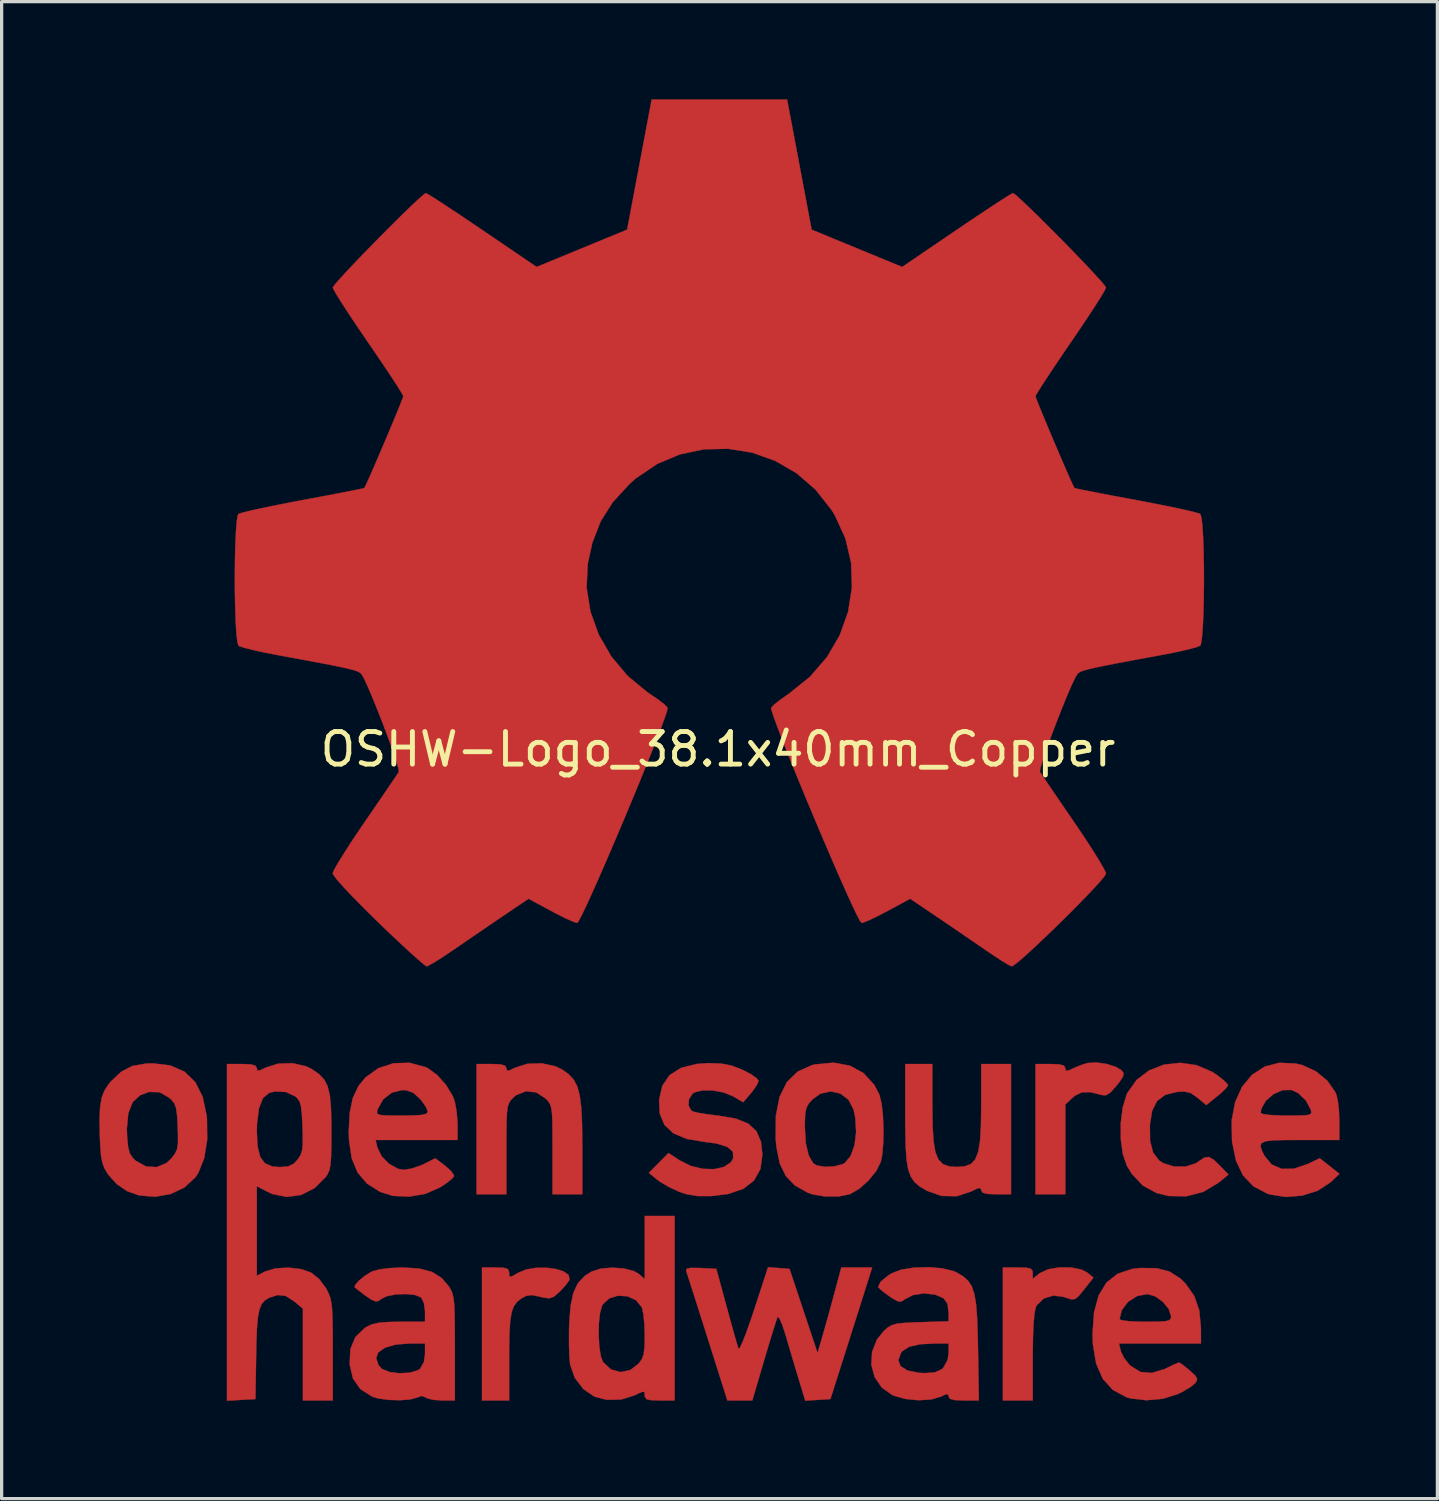
<source format=kicad_pcb>
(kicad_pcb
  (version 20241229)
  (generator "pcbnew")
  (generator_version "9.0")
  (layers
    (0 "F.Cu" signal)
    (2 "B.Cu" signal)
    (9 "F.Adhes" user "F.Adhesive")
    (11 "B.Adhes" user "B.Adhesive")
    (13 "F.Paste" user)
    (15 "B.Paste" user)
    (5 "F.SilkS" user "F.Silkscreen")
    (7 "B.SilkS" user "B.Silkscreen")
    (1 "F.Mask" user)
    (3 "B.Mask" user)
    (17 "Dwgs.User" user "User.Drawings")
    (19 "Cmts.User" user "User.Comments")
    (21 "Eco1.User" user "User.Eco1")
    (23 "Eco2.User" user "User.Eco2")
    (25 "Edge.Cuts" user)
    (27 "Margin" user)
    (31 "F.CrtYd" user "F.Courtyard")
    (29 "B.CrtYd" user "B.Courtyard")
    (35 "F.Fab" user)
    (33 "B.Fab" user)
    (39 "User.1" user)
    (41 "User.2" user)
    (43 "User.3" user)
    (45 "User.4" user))
  (footprint "OSHW-Logo_38.1x40mm_Copper"
    (layer "F.Cu")
    (at 18.99 19.95)
    (property "Reference" "OSHW-Logo_38.1x40mm_Copper" (at 0 0 0) (layer "F.SilkS") (effects (font (size 1 1) (thickness 0.15))))
    (attr board_only exclude_from_pos_files exclude_from_bom allow_missing_courtyard)
    (fp_poly (pts (xy 11.918 9.656) (xy 12.204 9.744) (xy 12.389 9.855) (xy 12.449 9.942) (xy 12.432 10.046) (xy 12.325 10.209) (xy 12.234 10.324) (xy 12.047 10.532) (xy 11.907 10.62) (xy 11.787 10.614) (xy 11.431 10.524) (xy 11.17 10.528) (xy 10.959 10.631) (xy 10.887 10.691) (xy 10.66 10.902) (xy 10.66 13.658) (xy 9.744 13.658) (xy 9.744 9.66) (xy 10.202 9.66) (xy 10.477 9.671) (xy 10.619 9.71) (xy 10.66 9.785) (xy 10.66 9.787) (xy 10.679 9.866) (xy 10.767 9.856) (xy 10.889 9.799) (xy 11.14 9.693) (xy 11.344 9.629) (xy 11.607 9.613) (xy 11.918 9.656)) (stroke (width 0.01) (type solid)) (fill yes) (layer "F.Cu"))
    (fp_poly (pts (xy 10.83 15.905) (xy 11.15 15.968) (xy 11.333 16.061) (xy 11.524 16.217) (xy 11.252 16.561) (xy 11.083 16.77) (xy 10.969 16.871) (xy 10.856 16.887) (xy 10.69 16.837) (xy 10.612 16.809) (xy 10.294 16.767) (xy 10.003 16.856) (xy 9.789 17.059) (xy 9.754 17.123) (xy 9.717 17.294) (xy 9.687 17.609) (xy 9.668 18.046) (xy 9.66 18.582) (xy 9.66 18.658) (xy 9.66 19.987) (xy 8.744 19.987) (xy 8.744 15.906) (xy 9.202 15.906) (xy 9.466 15.913) (xy 9.604 15.944) (xy 9.655 16.013) (xy 9.66 16.079) (xy 9.66 16.251) (xy 9.88 16.079) (xy 10.131 15.961) (xy 10.469 15.903) (xy 10.83 15.905)) (stroke (width 0.01) (type solid)) (fill yes) (layer "F.Cu"))
    (fp_poly (pts (xy -6.579 15.915) (xy -6.454 15.952) (xy -6.414 16.035) (xy -6.412 16.072) (xy -6.405 16.175) (xy -6.356 16.191) (xy -6.221 16.12) (xy -6.142 16.072) (xy -5.89 15.968) (xy -5.59 15.917) (xy -5.275 15.913) (xy -4.98 15.951) (xy -4.739 16.027) (xy -4.587 16.134) (xy -4.557 16.268) (xy -4.572 16.305) (xy -4.683 16.456) (xy -4.854 16.641) (xy -4.885 16.671) (xy -5.049 16.809) (xy -5.191 16.854) (xy -5.388 16.823) (xy -5.467 16.802) (xy -5.714 16.752) (xy -5.887 16.775) (xy -6.033 16.853) (xy -6.167 16.959) (xy -6.266 17.092) (xy -6.334 17.277) (xy -6.378 17.541) (xy -6.402 17.907) (xy -6.412 18.402) (xy -6.412 18.701) (xy -6.412 19.987) (xy -7.245 19.987) (xy -7.245 15.906) (xy -6.829 15.906) (xy -6.579 15.915)) (stroke (width 0.01) (type solid)) (fill yes) (layer "F.Cu"))
    (fp_poly (pts (xy 6.579 10.957) (xy 6.587 11.567) (xy 6.616 12.031) (xy 6.673 12.368) (xy 6.767 12.595) (xy 6.904 12.734) (xy 7.094 12.802) (xy 7.329 12.82) (xy 7.574 12.8) (xy 7.761 12.729) (xy 7.896 12.586) (xy 7.988 12.353) (xy 8.044 12.011) (xy 8.071 11.54) (xy 8.078 10.957) (xy 8.078 9.66) (xy 8.994 9.66) (xy 8.994 13.658) (xy 8.536 13.658) (xy 8.26 13.647) (xy 8.118 13.607) (xy 8.078 13.533) (xy 8.054 13.466) (xy 7.959 13.48) (xy 7.767 13.574) (xy 7.327 13.719) (xy 6.861 13.709) (xy 6.414 13.552) (xy 6.201 13.427) (xy 6.038 13.292) (xy 5.92 13.124) (xy 5.838 12.898) (xy 5.787 12.591) (xy 5.759 12.18) (xy 5.748 11.64) (xy 5.746 11.223) (xy 5.746 9.66) (xy 6.579 9.66) (xy 6.579 10.957)) (stroke (width 0.01) (type solid)) (fill yes) (layer "F.Cu"))
    (fp_poly (pts (xy -4.994 9.729) (xy -4.787 9.828) (xy -4.586 9.971) (xy -4.433 10.136) (xy -4.321 10.346) (xy -4.245 10.625) (xy -4.198 10.996) (xy -4.174 11.485) (xy -4.166 12.114) (xy -4.166 12.18) (xy -4.164 13.658) (xy -5.08 13.658) (xy -5.08 12.295) (xy -5.081 11.79) (xy -5.085 11.424) (xy -5.097 11.17) (xy -5.121 10.999) (xy -5.16 10.884) (xy -5.218 10.798) (xy -5.3 10.713) (xy -5.583 10.53) (xy -5.893 10.496) (xy -6.189 10.611) (xy -6.291 10.698) (xy -6.367 10.778) (xy -6.421 10.865) (xy -6.457 10.985) (xy -6.479 11.165) (xy -6.491 11.432) (xy -6.495 11.815) (xy -6.496 12.28) (xy -6.496 13.658) (xy -7.412 13.658) (xy -7.412 9.66) (xy -6.954 9.66) (xy -6.679 9.671) (xy -6.537 9.71) (xy -6.496 9.785) (xy -6.496 9.787) (xy -6.477 9.861) (xy -6.392 9.853) (xy -6.225 9.772) (xy -5.845 9.652) (xy -5.411 9.639) (xy -4.994 9.729)) (stroke (width 0.01) (type solid)) (fill yes) (layer "F.Cu"))
    (fp_poly (pts (xy 14.685 9.695) (xy 15.167 9.9) (xy 15.319 10) (xy 15.513 10.153) (xy 15.635 10.274) (xy 15.656 10.313) (xy 15.597 10.4) (xy 15.444 10.548) (xy 15.321 10.651) (xy 14.986 10.921) (xy 14.721 10.698) (xy 14.517 10.554) (xy 14.317 10.505) (xy 14.089 10.517) (xy 13.726 10.607) (xy 13.477 10.794) (xy 13.325 11.096) (xy 13.256 11.532) (xy 13.256 11.533) (xy 13.262 12.02) (xy 13.355 12.378) (xy 13.539 12.621) (xy 13.665 12.704) (xy 13.999 12.807) (xy 14.356 12.807) (xy 14.667 12.707) (xy 14.74 12.658) (xy 14.925 12.534) (xy 15.069 12.514) (xy 15.224 12.606) (xy 15.396 12.772) (xy 15.668 13.053) (xy 15.366 13.302) (xy 14.899 13.583) (xy 14.373 13.721) (xy 13.824 13.711) (xy 13.462 13.62) (xy 13.04 13.392) (xy 12.703 13.035) (xy 12.55 12.783) (xy 12.425 12.422) (xy 12.363 11.963) (xy 12.363 11.467) (xy 12.423 10.99) (xy 12.545 10.591) (xy 12.564 10.55) (xy 12.848 10.149) (xy 13.233 9.856) (xy 13.687 9.679) (xy 14.181 9.624) (xy 14.685 9.695)) (stroke (width 0.01) (type solid)) (fill yes) (layer "F.Cu"))
    (fp_poly (pts (xy 4.045 9.71) (xy 4.466 9.939) (xy 4.796 10.301) (xy 4.951 10.596) (xy 5.018 10.856) (xy 5.061 11.227) (xy 5.079 11.654) (xy 5.072 12.083) (xy 5.038 12.46) (xy 4.997 12.661) (xy 4.861 12.937) (xy 4.626 13.229) (xy 4.342 13.485) (xy 4.061 13.65) (xy 4.054 13.653) (xy 3.706 13.725) (xy 3.293 13.727) (xy 2.9 13.661) (xy 2.749 13.608) (xy 2.358 13.387) (xy 2.079 13.097) (xy 1.895 12.713) (xy 1.793 12.21) (xy 1.769 11.946) (xy 1.772 11.615) (xy 2.665 11.615) (xy 2.695 12.098) (xy 2.782 12.467) (xy 2.919 12.702) (xy 3.017 12.769) (xy 3.268 12.816) (xy 3.567 12.802) (xy 3.825 12.735) (xy 3.892 12.698) (xy 4.071 12.481) (xy 4.189 12.15) (xy 4.239 11.747) (xy 4.214 11.315) (xy 4.16 11.055) (xy 4.002 10.754) (xy 3.754 10.566) (xy 3.455 10.501) (xy 3.146 10.569) (xy 2.908 10.737) (xy 2.783 10.874) (xy 2.711 11.01) (xy 2.676 11.194) (xy 2.665 11.476) (xy 2.665 11.615) (xy 1.772 11.615) (xy 1.776 11.243) (xy 1.89 10.666) (xy 2.113 10.216) (xy 2.444 9.892) (xy 2.883 9.695) (xy 2.978 9.672) (xy 3.545 9.619) (xy 4.045 9.71)) (stroke (width 0.01) (type solid)) (fill yes) (layer "F.Cu"))
    (fp_poly (pts (xy 1.865 15.923) (xy 2.194 15.948) (xy 2.624 17.239) (xy 3.055 18.53) (xy 3.19 18.071) (xy 3.271 17.788) (xy 3.378 17.406) (xy 3.494 16.985) (xy 3.555 16.76) (xy 3.784 15.906) (xy 4.731 15.906) (xy 4.448 16.801) (xy 4.309 17.242) (xy 4.14 17.773) (xy 3.965 18.327) (xy 3.808 18.821) (xy 3.45 19.945) (xy 2.678 19.995) (xy 2.468 19.304) (xy 2.339 18.875) (xy 2.198 18.401) (xy 2.075 17.983) (xy 2.07 17.966) (xy 1.978 17.683) (xy 1.897 17.49) (xy 1.84 17.417) (xy 1.828 17.425) (xy 1.787 17.538) (xy 1.71 17.781) (xy 1.604 18.123) (xy 1.481 18.533) (xy 1.414 18.759) (xy 1.053 19.987) (xy 0.287 19.987) (xy -0.326 18.051) (xy -0.498 17.508) (xy -0.655 17.014) (xy -0.789 16.594) (xy -0.893 16.27) (xy -0.96 16.066) (xy -0.98 16.006) (xy -0.964 15.945) (xy -0.838 15.918) (xy -0.577 15.921) (xy -0.537 15.923) (xy -0.052 15.948) (xy 0.265 17.114) (xy 0.381 17.539) (xy 0.485 17.913) (xy 0.568 18.203) (xy 0.62 18.376) (xy 0.629 18.405) (xy 0.669 18.372) (xy 0.749 18.203) (xy 0.86 17.922) (xy 0.993 17.55) (xy 1.106 17.214) (xy 1.535 15.898) (xy 1.865 15.923)) (stroke (width 0.01) (type solid)) (fill yes) (layer "F.Cu"))
    (fp_poly (pts (xy -16.811 9.704) (xy -16.375 9.896) (xy -16.044 10.218) (xy -15.818 10.669) (xy -15.696 11.25) (xy -15.687 11.341) (xy -15.68 11.981) (xy -15.769 12.541) (xy -15.949 12.996) (xy -16.045 13.142) (xy -16.38 13.451) (xy -16.806 13.652) (xy -17.284 13.735) (xy -17.771 13.693) (xy -18.141 13.562) (xy -18.459 13.343) (xy -18.719 13.055) (xy -18.724 13.048) (xy -18.829 12.871) (xy -18.898 12.692) (xy -18.94 12.467) (xy -18.964 12.149) (xy -18.975 11.888) (xy -18.979 11.651) (xy -18.147 11.651) (xy -18.138 11.887) (xy -18.109 12.2) (xy -18.057 12.401) (xy -17.963 12.544) (xy -17.875 12.628) (xy -17.563 12.803) (xy -17.236 12.826) (xy -16.932 12.7) (xy -16.78 12.559) (xy -16.671 12.417) (xy -16.607 12.281) (xy -16.578 12.104) (xy -16.577 11.839) (xy -16.585 11.594) (xy -16.604 11.245) (xy -16.634 11.019) (xy -16.687 10.871) (xy -16.777 10.759) (xy -16.848 10.694) (xy -17.145 10.525) (xy -17.466 10.516) (xy -17.736 10.617) (xy -17.965 10.826) (xy -18.102 11.17) (xy -18.147 11.651) (xy -18.979 11.651) (xy -18.985 11.369) (xy -18.968 10.981) (xy -18.918 10.689) (xy -18.827 10.459) (xy -18.689 10.256) (xy -18.638 10.196) (xy -18.318 9.895) (xy -17.976 9.719) (xy -17.556 9.646) (xy -17.352 9.64) (xy -16.811 9.704)) (stroke (width 0.01) (type solid)) (fill yes) (layer "F.Cu"))
    (fp_poly (pts (xy -1.332 19.987) (xy -1.79 19.987) (xy -2.056 19.979) (xy -2.195 19.947) (xy -2.245 19.877) (xy -2.249 19.829) (xy -2.257 19.734) (xy -2.31 19.716) (xy -2.449 19.775) (xy -2.558 19.829) (xy -2.974 19.959) (xy -3.426 19.966) (xy -3.793 19.87) (xy -4.136 19.636) (xy -4.397 19.292) (xy -4.539 18.885) (xy -4.543 18.862) (xy -4.564 18.614) (xy -4.575 18.258) (xy -4.574 17.989) (xy -3.664 17.989) (xy -3.643 18.347) (xy -3.595 18.642) (xy -3.53 18.808) (xy -3.285 19.036) (xy -2.993 19.118) (xy -2.693 19.052) (xy -2.436 18.855) (xy -2.339 18.722) (xy -2.282 18.564) (xy -2.255 18.334) (xy -2.249 17.987) (xy -2.26 17.644) (xy -2.291 17.343) (xy -2.335 17.141) (xy -2.343 17.123) (xy -2.52 16.908) (xy -2.779 16.79) (xy -3.069 16.771) (xy -3.338 16.853) (xy -3.537 17.038) (xy -3.558 17.075) (xy -3.622 17.299) (xy -3.658 17.622) (xy -3.664 17.989) (xy -4.574 17.989) (xy -4.574 17.852) (xy -4.568 17.634) (xy -4.527 17.094) (xy -4.442 16.688) (xy -4.301 16.388) (xy -4.092 16.165) (xy -3.889 16.034) (xy -3.605 15.942) (xy -3.252 15.911) (xy -2.891 15.936) (xy -2.582 16.016) (xy -2.418 16.112) (xy -2.249 16.265) (xy -2.249 14.324) (xy -1.332 14.324) (xy -1.332 19.987)) (stroke (width 0.01) (type solid)) (fill yes) (layer "F.Cu"))
    (fp_poly (pts (xy 17.736 9.646) (xy 17.949 9.698) (xy 18.358 9.888) (xy 18.707 10.177) (xy 18.949 10.525) (xy 18.982 10.603) (xy 19.028 10.807) (xy 19.06 11.109) (xy 19.071 11.415) (xy 19.071 11.992) (xy 17.863 11.992) (xy 17.365 11.994) (xy 17.014 12.005) (xy 16.791 12.035) (xy 16.677 12.092) (xy 16.651 12.184) (xy 16.695 12.32) (xy 16.774 12.48) (xy 16.995 12.746) (xy 17.302 12.879) (xy 17.676 12.874) (xy 18.101 12.73) (xy 18.468 12.552) (xy 18.772 12.792) (xy 19.076 13.033) (xy 18.79 13.298) (xy 18.408 13.548) (xy 17.938 13.698) (xy 17.432 13.741) (xy 16.943 13.665) (xy 16.864 13.639) (xy 16.434 13.415) (xy 16.115 13.08) (xy 15.898 12.625) (xy 15.778 12.041) (xy 15.777 12.028) (xy 15.766 11.391) (xy 15.81 11.163) (xy 16.656 11.163) (xy 16.733 11.198) (xy 16.944 11.225) (xy 17.255 11.24) (xy 17.452 11.243) (xy 17.82 11.241) (xy 18.05 11.232) (xy 18.171 11.208) (xy 18.212 11.161) (xy 18.201 11.085) (xy 18.192 11.055) (xy 18.043 10.778) (xy 17.809 10.554) (xy 17.602 10.456) (xy 17.328 10.462) (xy 17.049 10.585) (xy 16.816 10.787) (xy 16.676 11.034) (xy 16.656 11.163) (xy 15.81 11.163) (xy 15.873 10.83) (xy 16.085 10.36) (xy 16.39 9.993) (xy 16.775 9.742) (xy 17.227 9.622) (xy 17.736 9.646)) (stroke (width 0.01) (type solid)) (fill yes) (layer "F.Cu"))
    (fp_poly (pts (xy 0.093 9.646) (xy 0.408 9.706) (xy 0.735 9.831) (xy 0.77 9.847) (xy 1.018 9.977) (xy 1.19 10.099) (xy 1.246 10.176) (xy 1.193 10.303) (xy 1.064 10.49) (xy 1.007 10.56) (xy 0.772 10.834) (xy 0.469 10.655) (xy 0.181 10.536) (xy -0.152 10.473) (xy -0.471 10.469) (xy -0.719 10.528) (xy -0.778 10.566) (xy -0.891 10.737) (xy -0.905 10.934) (xy -0.82 11.088) (xy -0.77 11.118) (xy -0.62 11.155) (xy -0.357 11.199) (xy -0.032 11.24) (xy 0.028 11.247) (xy 0.55 11.337) (xy 0.928 11.49) (xy 1.179 11.721) (xy 1.318 12.043) (xy 1.362 12.436) (xy 1.302 12.883) (xy 1.107 13.234) (xy 0.777 13.49) (xy 0.31 13.65) (xy -0.208 13.714) (xy -0.631 13.713) (xy -0.973 13.655) (xy -1.208 13.576) (xy -1.503 13.437) (xy -1.777 13.276) (xy -1.874 13.205) (xy -2.124 13.001) (xy -1.822 12.697) (xy -1.521 12.392) (xy -1.178 12.618) (xy -0.835 12.789) (xy -0.468 12.878) (xy -0.115 12.887) (xy 0.186 12.818) (xy 0.397 12.673) (xy 0.466 12.55) (xy 0.456 12.354) (xy 0.286 12.204) (xy -0.043 12.1) (xy -0.404 12.052) (xy -0.959 11.96) (xy -1.371 11.787) (xy -1.646 11.529) (xy -1.789 11.178) (xy -1.809 10.763) (xy -1.711 10.329) (xy -1.487 10.002) (xy -1.136 9.778) (xy -0.655 9.658) (xy -0.299 9.634) (xy 0.093 9.646)) (stroke (width 0.01) (type solid)) (fill yes) (layer "F.Cu"))
    (fp_poly (pts (xy 13.462 15.928) (xy 13.86 16.031) (xy 14.193 16.245) (xy 14.355 16.405) (xy 14.619 16.782) (xy 14.771 17.219) (xy 14.823 17.757) (xy 14.823 17.801) (xy 14.824 18.238) (xy 12.307 18.238) (xy 12.361 18.467) (xy 12.458 18.674) (xy 12.627 18.891) (xy 12.663 18.925) (xy 12.967 19.112) (xy 13.315 19.143) (xy 13.715 19.021) (xy 13.783 18.988) (xy 13.991 18.887) (xy 14.13 18.83) (xy 14.154 18.824) (xy 14.239 18.876) (xy 14.401 19.002) (xy 14.483 19.071) (xy 14.653 19.229) (xy 14.709 19.333) (xy 14.67 19.429) (xy 14.649 19.455) (xy 14.509 19.57) (xy 14.277 19.71) (xy 14.116 19.791) (xy 13.657 19.935) (xy 13.149 19.981) (xy 12.668 19.926) (xy 12.533 19.887) (xy 12.117 19.663) (xy 11.807 19.319) (xy 11.605 18.852) (xy 11.506 18.257) (xy 11.495 17.947) (xy 11.527 17.494) (xy 12.325 17.494) (xy 12.402 17.527) (xy 12.61 17.554) (xy 12.912 17.569) (xy 13.116 17.572) (xy 13.484 17.569) (xy 13.716 17.557) (xy 13.844 17.529) (xy 13.897 17.479) (xy 13.908 17.407) (xy 13.836 17.182) (xy 13.656 16.961) (xy 13.42 16.791) (xy 13.183 16.721) (xy 12.862 16.783) (xy 12.584 16.961) (xy 12.391 17.219) (xy 12.325 17.494) (xy 11.527 17.494) (xy 11.541 17.287) (xy 11.683 16.762) (xy 11.924 16.367) (xy 12.268 16.097) (xy 12.716 15.949) (xy 12.959 15.921) (xy 13.462 15.928)) (stroke (width 0.01) (type solid)) (fill yes) (layer "F.Cu"))
    (fp_poly (pts (xy -8.985 9.753) (xy -8.902 9.792) (xy -8.615 10.003) (xy -8.344 10.31) (xy -8.141 10.648) (xy -8.083 10.803) (xy -8.03 11.081) (xy -7.999 11.416) (xy -7.995 11.555) (xy -7.995 11.992) (xy -10.511 11.992) (xy -10.458 12.221) (xy -10.326 12.492) (xy -10.096 12.726) (xy -9.822 12.877) (xy -9.647 12.908) (xy -9.411 12.87) (xy -9.128 12.775) (xy -9.032 12.731) (xy -8.678 12.554) (xy -8.375 12.785) (xy -8.2 12.941) (xy -8.107 13.07) (xy -8.103 13.108) (xy -8.186 13.199) (xy -8.368 13.339) (xy -8.533 13.447) (xy -8.978 13.643) (xy -9.478 13.731) (xy -9.973 13.708) (xy -10.368 13.588) (xy -10.775 13.331) (xy -11.064 12.992) (xy -11.245 12.553) (xy -11.327 11.997) (xy -11.335 11.742) (xy -11.306 11.159) (xy -11.302 11.142) (xy -10.468 11.142) (xy -10.445 11.196) (xy -10.351 11.227) (xy -10.156 11.24) (xy -9.832 11.243) (xy -9.708 11.243) (xy -9.328 11.238) (xy -9.088 11.222) (xy -8.958 11.189) (xy -8.912 11.136) (xy -8.911 11.119) (xy -8.963 10.984) (xy -9.094 10.794) (xy -9.15 10.728) (xy -9.359 10.54) (xy -9.576 10.466) (xy -9.694 10.46) (xy -10.011 10.537) (xy -10.277 10.744) (xy -10.446 11.045) (xy -10.449 11.055) (xy -10.468 11.142) (xy -11.302 11.142) (xy -11.209 10.699) (xy -11.034 10.332) (xy -10.821 10.071) (xy -10.426 9.788) (xy -9.962 9.637) (xy -9.469 9.623) (xy -8.985 9.753)) (stroke (width 0.01) (type solid)) (fill yes) (layer "F.Cu"))
    (fp_poly (pts (xy 6.877 15.931) (xy 7.228 16.016) (xy 7.33 16.061) (xy 7.527 16.18) (xy 7.677 16.313) (xy 7.789 16.484) (xy 7.868 16.717) (xy 7.921 17.034) (xy 7.953 17.458) (xy 7.973 18.013) (xy 7.98 18.384) (xy 8.007 19.987) (xy 7.543 19.987) (xy 7.261 19.975) (xy 7.116 19.935) (xy 7.079 19.867) (xy 7.059 19.794) (xy 6.97 19.808) (xy 6.85 19.866) (xy 6.548 19.956) (xy 6.159 19.981) (xy 5.751 19.941) (xy 5.389 19.839) (xy 5.356 19.825) (xy 5.025 19.592) (xy 4.807 19.269) (xy 4.706 18.891) (xy 4.714 18.755) (xy 5.534 18.755) (xy 5.606 18.938) (xy 5.82 19.069) (xy 6.165 19.139) (xy 6.35 19.148) (xy 6.658 19.125) (xy 6.862 19.032) (xy 6.912 18.988) (xy 7.047 18.747) (xy 7.079 18.53) (xy 7.079 18.238) (xy 6.673 18.238) (xy 6.201 18.262) (xy 5.87 18.338) (xy 5.661 18.47) (xy 5.614 18.529) (xy 5.534 18.755) (xy 4.714 18.755) (xy 4.729 18.494) (xy 4.879 18.115) (xy 5.084 17.859) (xy 5.208 17.749) (xy 5.33 17.676) (xy 5.488 17.631) (xy 5.722 17.606) (xy 6.071 17.59) (xy 6.21 17.585) (xy 7.079 17.557) (xy 7.077 17.294) (xy 7.044 17.017) (xy 6.922 16.85) (xy 6.676 16.743) (xy 6.67 16.741) (xy 6.321 16.699) (xy 5.98 16.754) (xy 5.726 16.887) (xy 5.625 16.953) (xy 5.515 16.944) (xy 5.347 16.849) (xy 5.248 16.781) (xy 5.054 16.637) (xy 4.934 16.53) (xy 4.915 16.499) (xy 4.994 16.339) (xy 5.228 16.148) (xy 5.33 16.084) (xy 5.622 15.973) (xy 6.016 15.91) (xy 6.454 15.896) (xy 6.877 15.931)) (stroke (width 0.01) (type solid)) (fill yes) (layer "F.Cu"))
    (fp_poly (pts (xy -9.168 15.938) (xy -8.776 16.043) (xy -8.478 16.233) (xy -8.267 16.481) (xy -8.202 16.587) (xy -8.153 16.698) (xy -8.12 16.839) (xy -8.098 17.038) (xy -8.085 17.32) (xy -8.08 17.711) (xy -8.078 18.236) (xy -8.078 18.375) (xy -8.078 19.987) (xy -8.478 19.987) (xy -8.733 19.969) (xy -8.921 19.924) (xy -8.969 19.896) (xy -9.098 19.848) (xy -9.23 19.896) (xy -9.447 19.956) (xy -9.762 19.98) (xy -10.112 19.97) (xy -10.431 19.926) (xy -10.618 19.869) (xy -10.979 19.637) (xy -11.205 19.316) (xy -11.306 18.888) (xy -11.307 18.877) (xy -11.298 18.687) (xy -10.493 18.687) (xy -10.423 18.903) (xy -10.308 19.024) (xy -10.078 19.116) (xy -9.774 19.153) (xy -9.464 19.135) (xy -9.216 19.063) (xy -9.146 19.016) (xy -9.025 18.802) (xy -8.994 18.558) (xy -8.994 18.238) (xy -9.455 18.238) (xy -9.892 18.272) (xy -10.224 18.367) (xy -10.431 18.516) (xy -10.493 18.687) (xy -11.298 18.687) (xy -11.285 18.409) (xy -11.131 18.04) (xy -10.841 17.76) (xy -10.801 17.735) (xy -10.629 17.652) (xy -10.416 17.602) (xy -10.118 17.578) (xy -9.764 17.572) (xy -8.994 17.572) (xy -8.994 17.249) (xy -9.027 16.998) (xy -9.11 16.83) (xy -9.12 16.822) (xy -9.305 16.748) (xy -9.586 16.72) (xy -9.895 16.734) (xy -10.169 16.788) (xy -10.332 16.868) (xy -10.42 16.933) (xy -10.513 16.946) (xy -10.641 16.892) (xy -10.835 16.761) (xy -11.125 16.538) (xy -11.152 16.517) (xy -11.138 16.44) (xy -11.024 16.311) (xy -10.851 16.168) (xy -10.66 16.048) (xy -10.6 16.02) (xy -10.381 15.963) (xy -10.059 15.923) (xy -9.701 15.906) (xy -9.684 15.906) (xy -9.168 15.938)) (stroke (width 0.01) (type solid)) (fill yes) (layer "F.Cu"))
    (fp_poly (pts (xy -12.642 9.73) (xy -12.466 9.817) (xy -12.25 9.968) (xy -12.092 10.133) (xy -11.984 10.34) (xy -11.916 10.618) (xy -11.881 10.994) (xy -11.868 11.499) (xy -11.867 11.715) (xy -11.869 12.191) (xy -11.878 12.53) (xy -11.898 12.765) (xy -11.932 12.926) (xy -11.985 13.045) (xy -12.039 13.126) (xy -12.386 13.47) (xy -12.795 13.678) (xy -13.236 13.74) (xy -13.68 13.65) (xy -13.821 13.586) (xy -14.157 13.411) (xy -14.157 16.16) (xy -13.912 16.033) (xy -13.588 15.935) (xy -13.19 15.91) (xy -12.793 15.956) (xy -12.493 16.061) (xy -12.244 16.26) (xy -12.031 16.544) (xy -12.015 16.574) (xy -11.948 16.711) (xy -11.898 16.85) (xy -11.864 17.018) (xy -11.843 17.244) (xy -11.831 17.555) (xy -11.826 17.981) (xy -11.826 18.459) (xy -11.826 19.987) (xy -12.742 19.987) (xy -12.742 17.17) (xy -12.998 16.955) (xy -13.264 16.782) (xy -13.516 16.751) (xy -13.77 16.831) (xy -13.905 16.911) (xy -14.005 17.023) (xy -14.077 17.193) (xy -14.125 17.445) (xy -14.155 17.802) (xy -14.172 18.289) (xy -14.178 18.613) (xy -14.199 19.945) (xy -14.636 19.97) (xy -15.073 19.996) (xy -15.073 11.727) (xy -14.157 11.727) (xy -14.134 12.188) (xy -14.055 12.508) (xy -13.908 12.707) (xy -13.68 12.805) (xy -13.45 12.825) (xy -13.188 12.802) (xy -13.015 12.714) (xy -12.907 12.596) (xy -12.822 12.47) (xy -12.771 12.329) (xy -12.748 12.132) (xy -12.748 11.837) (xy -12.755 11.589) (xy -12.773 11.217) (xy -12.799 10.972) (xy -12.842 10.817) (xy -12.913 10.712) (xy -12.98 10.652) (xy -13.259 10.521) (xy -13.589 10.5) (xy -13.779 10.545) (xy -13.967 10.706) (xy -14.091 11.019) (xy -14.151 11.482) (xy -14.157 11.727) (xy -15.073 11.727) (xy -15.073 9.66) (xy -14.615 9.66) (xy -14.34 9.671) (xy -14.199 9.71) (xy -14.157 9.785) (xy -14.157 9.787) (xy -14.138 9.861) (xy -14.054 9.853) (xy -13.887 9.772) (xy -13.497 9.648) (xy -13.058 9.635) (xy -12.642 9.73)) (stroke (width 0.01) (type solid)) (fill yes) (layer "F.Cu"))
    (fp_poly (pts (xy 2.497 -17.948) (xy 2.873 -15.951) (xy 5.652 -14.806) (xy 7.318 -15.939) (xy 7.785 -16.254) (xy 8.207 -16.536) (xy 8.564 -16.771) (xy 8.837 -16.947) (xy 9.007 -17.05) (xy 9.053 -17.072) (xy 9.136 -17.015) (xy 9.313 -16.857) (xy 9.565 -16.618) (xy 9.872 -16.319) (xy 10.213 -15.979) (xy 10.57 -15.619) (xy 10.921 -15.259) (xy 11.247 -14.92) (xy 11.528 -14.62) (xy 11.745 -14.382) (xy 11.877 -14.225) (xy 11.909 -14.172) (xy 11.863 -14.075) (xy 11.736 -13.862) (xy 11.54 -13.554) (xy 11.289 -13.172) (xy 10.996 -12.737) (xy 10.826 -12.489) (xy 10.517 -12.035) (xy 10.242 -11.626) (xy 10.015 -11.282) (xy 9.849 -11.023) (xy 9.757 -10.868) (xy 9.744 -10.836) (xy 9.775 -10.744) (xy 9.86 -10.53) (xy 9.986 -10.223) (xy 10.14 -9.854) (xy 10.309 -9.453) (xy 10.481 -9.05) (xy 10.643 -8.675) (xy 10.781 -8.359) (xy 10.884 -8.132) (xy 10.938 -8.023) (xy 10.941 -8.019) (xy 11.025 -7.998) (xy 11.25 -7.952) (xy 11.592 -7.885) (xy 12.028 -7.801) (xy 12.535 -7.706) (xy 12.831 -7.651) (xy 13.372 -7.548) (xy 13.861 -7.45) (xy 14.273 -7.362) (xy 14.583 -7.29) (xy 14.766 -7.239) (xy 14.803 -7.223) (xy 14.839 -7.114) (xy 14.868 -6.867) (xy 14.89 -6.511) (xy 14.905 -6.076) (xy 14.914 -5.59) (xy 14.915 -5.081) (xy 14.91 -4.58) (xy 14.897 -4.114) (xy 14.878 -3.712) (xy 14.852 -3.404) (xy 14.82 -3.218) (xy 14.8 -3.18) (xy 14.683 -3.133) (xy 14.434 -3.067) (xy 14.087 -2.988) (xy 13.674 -2.906) (xy 13.53 -2.879) (xy 12.835 -2.752) (xy 12.287 -2.649) (xy 11.866 -2.567) (xy 11.555 -2.502) (xy 11.335 -2.45) (xy 11.189 -2.406) (xy 11.098 -2.366) (xy 11.044 -2.327) (xy 11.036 -2.319) (xy 10.961 -2.193) (xy 10.846 -1.949) (xy 10.703 -1.617) (xy 10.543 -1.225) (xy 10.379 -0.804) (xy 10.22 -0.385) (xy 10.08 0.004) (xy 9.968 0.333) (xy 9.897 0.57) (xy 9.879 0.688) (xy 9.881 0.692) (xy 9.943 0.788) (xy 10.086 0.999) (xy 10.292 1.303) (xy 10.549 1.679) (xy 10.84 2.104) (xy 10.923 2.224) (xy 11.219 2.662) (xy 11.479 3.061) (xy 11.69 3.399) (xy 11.837 3.653) (xy 11.906 3.8) (xy 11.909 3.818) (xy 11.851 3.912) (xy 11.692 4.1) (xy 11.451 4.361) (xy 11.149 4.674) (xy 10.808 5.019) (xy 10.446 5.377) (xy 10.085 5.727) (xy 9.746 6.048) (xy 9.448 6.322) (xy 9.213 6.527) (xy 9.06 6.643) (xy 9.018 6.662) (xy 8.919 6.618) (xy 8.718 6.497) (xy 8.446 6.32) (xy 8.237 6.178) (xy 7.858 5.918) (xy 7.41 5.611) (xy 6.96 5.304) (xy 6.718 5.14) (xy 5.899 4.587) (xy 5.212 4.958) (xy 4.899 5.121) (xy 4.633 5.248) (xy 4.453 5.32) (xy 4.407 5.33) (xy 4.352 5.256) (xy 4.243 5.046) (xy 4.089 4.721) (xy 3.897 4.298) (xy 3.676 3.799) (xy 3.434 3.241) (xy 3.179 2.645) (xy 2.919 2.029) (xy 2.662 1.413) (xy 2.416 0.816) (xy 2.19 0.258) (xy 1.992 -0.242) (xy 1.829 -0.665) (xy 1.71 -0.992) (xy 1.642 -1.203) (xy 1.632 -1.275) (xy 1.717 -1.367) (xy 1.905 -1.517) (xy 2.155 -1.693) (xy 2.176 -1.707) (xy 2.822 -2.225) (xy 3.343 -2.828) (xy 3.735 -3.499) (xy 3.992 -4.217) (xy 4.11 -4.963) (xy 4.086 -5.719) (xy 3.913 -6.464) (xy 3.588 -7.179) (xy 3.493 -7.336) (xy 2.996 -7.968) (xy 2.409 -8.476) (xy 1.752 -8.856) (xy 1.046 -9.107) (xy 0.31 -9.225) (xy -0.434 -9.208) (xy -1.167 -9.054) (xy -1.868 -8.759) (xy -2.517 -8.321) (xy -2.718 -8.143) (xy -3.229 -7.587) (xy -3.601 -7.001) (xy -3.857 -6.344) (xy -3.999 -5.694) (xy -4.034 -4.963) (xy -3.917 -4.228) (xy -3.66 -3.514) (xy -3.274 -2.847) (xy -2.772 -2.25) (xy -2.164 -1.749) (xy -2.085 -1.696) (xy -1.832 -1.523) (xy -1.64 -1.374) (xy -1.548 -1.278) (xy -1.547 -1.275) (xy -1.566 -1.171) (xy -1.645 -0.937) (xy -1.773 -0.59) (xy -1.944 -0.15) (xy -2.149 0.363) (xy -2.379 0.93) (xy -2.628 1.532) (xy -2.886 2.15) (xy -3.146 2.763) (xy -3.399 3.353) (xy -3.638 3.901) (xy -3.854 4.387) (xy -4.039 4.792) (xy -4.185 5.097) (xy -4.284 5.281) (xy -4.324 5.33) (xy -4.445 5.292) (xy -4.673 5.191) (xy -4.967 5.044) (xy -5.129 4.958) (xy -5.816 4.587) (xy -6.635 5.14) (xy -7.053 5.424) (xy -7.51 5.736) (xy -7.939 6.03) (xy -8.154 6.178) (xy -8.456 6.381) (xy -8.712 6.542) (xy -8.888 6.64) (xy -8.945 6.661) (xy -9.028 6.605) (xy -9.212 6.448) (xy -9.48 6.208) (xy -9.813 5.899) (xy -10.193 5.539) (xy -10.433 5.308) (xy -10.854 4.894) (xy -11.217 4.525) (xy -11.509 4.215) (xy -11.714 3.98) (xy -11.818 3.836) (xy -11.828 3.807) (xy -11.782 3.696) (xy -11.654 3.471) (xy -11.458 3.156) (xy -11.21 2.772) (xy -10.922 2.344) (xy -10.84 2.224) (xy -10.542 1.79) (xy -10.274 1.399) (xy -10.053 1.073) (xy -9.891 0.835) (xy -9.806 0.705) (xy -9.797 0.692) (xy -9.81 0.589) (xy -9.875 0.362) (xy -9.983 0.042) (xy -10.121 -0.342) (xy -10.278 -0.76) (xy -10.443 -1.182) (xy -10.604 -1.578) (xy -10.749 -1.918) (xy -10.867 -2.173) (xy -10.947 -2.312) (xy -10.953 -2.319) (xy -11.002 -2.359) (xy -11.084 -2.398) (xy -11.219 -2.441) (xy -11.423 -2.491) (xy -11.716 -2.554) (xy -12.114 -2.632) (xy -12.637 -2.73) (xy -13.303 -2.853) (xy -13.447 -2.879) (xy -13.874 -2.961) (xy -14.246 -3.042) (xy -14.531 -3.113) (xy -14.695 -3.167) (xy -14.717 -3.18) (xy -14.753 -3.291) (xy -14.782 -3.539) (xy -14.805 -3.896) (xy -14.821 -4.332) (xy -14.83 -4.819) (xy -14.832 -5.327) (xy -14.827 -5.828) (xy -14.816 -6.294) (xy -14.797 -6.694) (xy -14.772 -7.001) (xy -14.739 -7.185) (xy -14.72 -7.223) (xy -14.61 -7.261) (xy -14.362 -7.323) (xy -13.999 -7.403) (xy -13.547 -7.496) (xy -13.029 -7.598) (xy -12.747 -7.651) (xy -12.212 -7.751) (xy -11.735 -7.841) (xy -11.339 -7.918) (xy -11.048 -7.976) (xy -10.884 -8.011) (xy -10.858 -8.019) (xy -10.812 -8.107) (xy -10.716 -8.318) (xy -10.582 -8.623) (xy -10.423 -8.991) (xy -10.252 -9.392) (xy -10.081 -9.795) (xy -9.924 -10.172) (xy -9.793 -10.491) (xy -9.701 -10.722) (xy -9.661 -10.835) (xy -9.66 -10.84) (xy -9.706 -10.929) (xy -9.833 -11.135) (xy -10.029 -11.436) (xy -10.28 -11.812) (xy -10.573 -12.244) (xy -10.743 -12.492) (xy -11.053 -12.946) (xy -11.329 -13.359) (xy -11.556 -13.709) (xy -11.722 -13.975) (xy -11.812 -14.137) (xy -11.826 -14.173) (xy -11.769 -14.257) (xy -11.613 -14.438) (xy -11.378 -14.693) (xy -11.083 -15.005) (xy -10.748 -15.351) (xy -10.394 -15.713) (xy -10.039 -16.069) (xy -9.705 -16.401) (xy -9.41 -16.686) (xy -9.175 -16.906) (xy -9.02 -17.04) (xy -8.968 -17.072) (xy -8.883 -17.027) (xy -8.681 -16.901) (xy -8.381 -16.706) (xy -8.002 -16.456) (xy -7.565 -16.162) (xy -7.235 -15.939) (xy -5.568 -14.806) (xy -2.79 -15.951) (xy -2.413 -17.948) (xy -2.037 -19.945) (xy 2.12 -19.945) (xy 2.497 -17.948)) (stroke (width 0.01) (type solid)) (fill yes) (layer "F.Cu")))
  (gr_rect
    (start -3 -3)
    (end 41.071 42.951)
    (stroke (width 0.1) (type default))
    (fill no)
    (layer "Edge.Cuts")))
</source>
